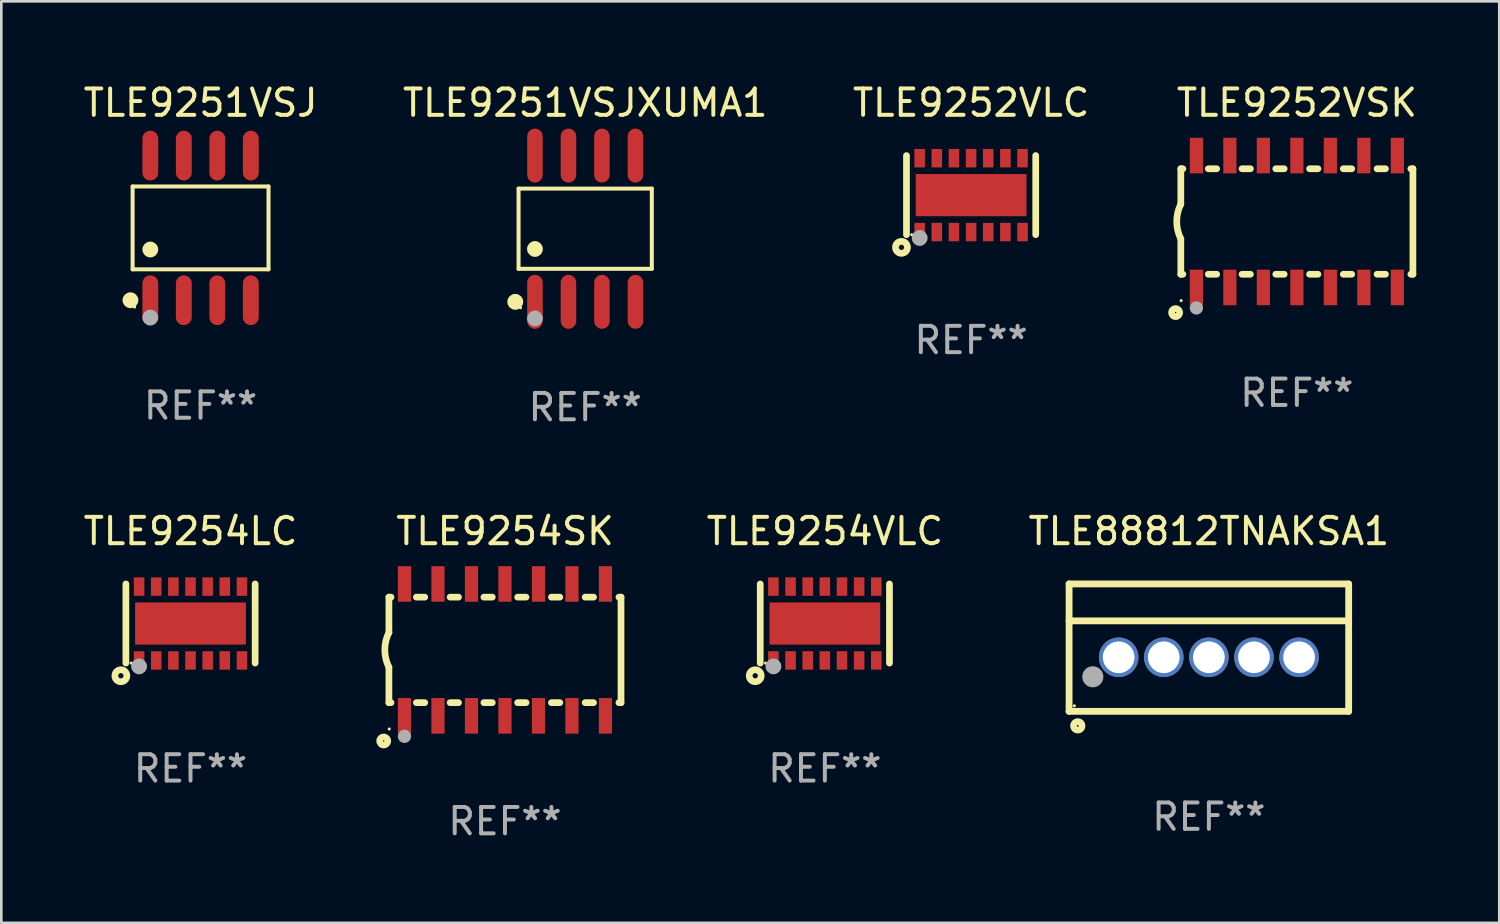
<source format=kicad_pcb>
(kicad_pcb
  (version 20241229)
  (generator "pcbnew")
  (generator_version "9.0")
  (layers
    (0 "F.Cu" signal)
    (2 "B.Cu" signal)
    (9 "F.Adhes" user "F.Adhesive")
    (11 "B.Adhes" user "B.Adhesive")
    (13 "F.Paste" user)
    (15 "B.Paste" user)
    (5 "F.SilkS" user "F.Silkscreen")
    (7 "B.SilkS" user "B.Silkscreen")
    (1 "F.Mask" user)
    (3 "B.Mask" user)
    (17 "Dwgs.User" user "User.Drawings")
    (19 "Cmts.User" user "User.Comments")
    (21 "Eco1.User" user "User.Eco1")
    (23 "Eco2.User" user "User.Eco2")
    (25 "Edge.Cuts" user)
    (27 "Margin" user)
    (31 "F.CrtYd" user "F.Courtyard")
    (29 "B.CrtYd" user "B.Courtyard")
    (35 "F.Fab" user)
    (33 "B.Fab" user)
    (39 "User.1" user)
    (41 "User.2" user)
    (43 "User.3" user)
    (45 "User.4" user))
  (footprint "TLE9254SK"
    (layer "F.Cu")
    (at 16.095 21.59)
    (property "Reference" "TLE9254SK" (at 0 -4.5 0) (layer "F.SilkS") (effects (font (size 1 1) (thickness 0.15))))
    (attr through_hole)
    (fp_line (start -4.4 -2) (end -4.4 -0.66) (stroke (width 0.254) (type solid)) (layer "F.SilkS"))
    (fp_line (start -4.4 -2) (end -4.321 -2) (stroke (width 0.254) (type solid)) (layer "F.SilkS"))
    (fp_line (start -4.4 2) (end -4.4 0.66) (stroke (width 0.254) (type solid)) (layer "F.SilkS"))
    (fp_line (start -4.4 2) (end -4.321 2) (stroke (width 0.254) (type solid)) (layer "F.SilkS"))
    (fp_line (start -3.359 -2) (end -3.041 -2) (stroke (width 0.254) (type solid)) (layer "F.SilkS"))
    (fp_line (start -3.359 2) (end -3.041 2) (stroke (width 0.254) (type solid)) (layer "F.SilkS"))
    (fp_line (start -2.079 -2) (end -1.761 -2) (stroke (width 0.254) (type solid)) (layer "F.SilkS"))
    (fp_line (start -2.079 2) (end -1.761 2) (stroke (width 0.254) (type solid)) (layer "F.SilkS"))
    (fp_line (start -0.799 -2) (end -0.481 -2) (stroke (width 0.254) (type solid)) (layer "F.SilkS"))
    (fp_line (start -0.799 2) (end -0.481 2) (stroke (width 0.254) (type solid)) (layer "F.SilkS"))
    (fp_line (start 0.481 -2) (end 0.799 -2) (stroke (width 0.254) (type solid)) (layer "F.SilkS"))
    (fp_line (start 0.481 2) (end 0.799 2) (stroke (width 0.254) (type solid)) (layer "F.SilkS"))
    (fp_line (start 1.761 -2) (end 2.079 -2) (stroke (width 0.254) (type solid)) (layer "F.SilkS"))
    (fp_line (start 1.761 2) (end 2.079 2) (stroke (width 0.254) (type solid)) (layer "F.SilkS"))
    (fp_line (start 3.041 -2) (end 3.359 -2) (stroke (width 0.254) (type solid)) (layer "F.SilkS"))
    (fp_line (start 3.041 2) (end 3.359 2) (stroke (width 0.254) (type solid)) (layer "F.SilkS"))
    (fp_line (start 4.321 -2) (end 4.4 -2) (stroke (width 0.254) (type solid)) (layer "F.SilkS"))
    (fp_line (start 4.321 2) (end 4.4 2) (stroke (width 0.254) (type solid)) (layer "F.SilkS"))
    (fp_line (start 4.4 2) (end 4.4 -2) (stroke (width 0.254) (type solid)) (layer "F.SilkS"))
    (fp_arc (start -4.399314 0.660274) (mid -4.555404 0.000172) (end -4.400025 -0.660097) (stroke (width 0.254001) (type solid)) (layer "F.SilkS"))
    (fp_circle (center -4.597 3.454) (end -4.572 3.454) (stroke (width 0.254) (type solid)) (fill no) (layer "F.SilkS"))
    (fp_circle (center -4.387 2.999) (end -4.357 2.999) (stroke (width 0.06) (type solid)) (fill no) (layer "F.SilkS"))
    (fp_circle (center -3.81 3.277) (end -3.683 3.277) (stroke (width 0.254) (type solid)) (fill no) (layer "F.Fab"))
    (fp_text user "REF**" (at 0 6.5 0) (layer "F.Fab") (effects (font (size 1 1) (thickness 0.15))))
    (pad "1" smd rect (at -3.81 2.5 90) (size 1.35 0.5) (layers "F.Cu" "F.Mask" "F.Paste"))
    (pad "2" smd rect (at -2.54 2.5 90) (size 1.35 0.5) (layers "F.Cu" "F.Mask" "F.Paste"))
    (pad "3" smd rect (at -1.27 2.5 90) (size 1.35 0.5) (layers "F.Cu" "F.Mask" "F.Paste"))
    (pad "4" smd rect (at -0.000025 2.5 90) (size 1.35 0.5) (layers "F.Cu" "F.Mask" "F.Paste"))
    (pad "5" smd rect (at 1.27 2.5 90) (size 1.35 0.5) (layers "F.Cu" "F.Mask" "F.Paste"))
    (pad "6" smd rect (at 2.54 2.5 90) (size 1.35 0.5) (layers "F.Cu" "F.Mask" "F.Paste"))
    (pad "7" smd rect (at 3.81 2.5 90) (size 1.35 0.5) (layers "F.Cu" "F.Mask" "F.Paste"))
    (pad "8" smd rect (at 3.81 -2.5 90) (size 1.35 0.5) (layers "F.Cu" "F.Mask" "F.Paste"))
    (pad "9" smd rect (at 2.54 -2.5 90) (size 1.35 0.5) (layers "F.Cu" "F.Mask" "F.Paste"))
    (pad "10" smd rect (at 1.27 -2.5 90) (size 1.35 0.5) (layers "F.Cu" "F.Mask" "F.Paste"))
    (pad "11" smd rect (at -0.000025 -2.5 90) (size 1.35 0.5) (layers "F.Cu" "F.Mask" "F.Paste"))
    (pad "12" smd rect (at -1.27 -2.5 90) (size 1.35 0.5) (layers "F.Cu" "F.Mask" "F.Paste"))
    (pad "13" smd rect (at -2.54 -2.5 90) (size 1.35 0.5) (layers "F.Cu" "F.Mask" "F.Paste"))
    (pad "14" smd rect (at -3.81 -2.5 90) (size 1.35 0.5) (layers "F.Cu" "F.Mask" "F.Paste")))
  (footprint "TLE9252VSK"
    (layer "F.Cu")
    (at 46.119 5.348)
    (property "Reference" "TLE9252VSK" (at 0 -4.5 0) (layer "F.SilkS") (effects (font (size 1 1) (thickness 0.15))))
    (attr through_hole)
    (fp_line (start -4.4 -2) (end -4.4 -0.66) (stroke (width 0.254) (type solid)) (layer "F.SilkS"))
    (fp_line (start -4.4 -2) (end -4.321 -2) (stroke (width 0.254) (type solid)) (layer "F.SilkS"))
    (fp_line (start -4.4 2) (end -4.4 0.66) (stroke (width 0.254) (type solid)) (layer "F.SilkS"))
    (fp_line (start -4.4 2) (end -4.321 2) (stroke (width 0.254) (type solid)) (layer "F.SilkS"))
    (fp_line (start -3.359 -2) (end -3.041 -2) (stroke (width 0.254) (type solid)) (layer "F.SilkS"))
    (fp_line (start -3.359 2) (end -3.041 2) (stroke (width 0.254) (type solid)) (layer "F.SilkS"))
    (fp_line (start -2.079 -2) (end -1.761 -2) (stroke (width 0.254) (type solid)) (layer "F.SilkS"))
    (fp_line (start -2.079 2) (end -1.761 2) (stroke (width 0.254) (type solid)) (layer "F.SilkS"))
    (fp_line (start -0.799 -2) (end -0.481 -2) (stroke (width 0.254) (type solid)) (layer "F.SilkS"))
    (fp_line (start -0.799 2) (end -0.481 2) (stroke (width 0.254) (type solid)) (layer "F.SilkS"))
    (fp_line (start 0.481 -2) (end 0.799 -2) (stroke (width 0.254) (type solid)) (layer "F.SilkS"))
    (fp_line (start 0.481 2) (end 0.799 2) (stroke (width 0.254) (type solid)) (layer "F.SilkS"))
    (fp_line (start 1.761 -2) (end 2.079 -2) (stroke (width 0.254) (type solid)) (layer "F.SilkS"))
    (fp_line (start 1.761 2) (end 2.079 2) (stroke (width 0.254) (type solid)) (layer "F.SilkS"))
    (fp_line (start 3.041 -2) (end 3.359 -2) (stroke (width 0.254) (type solid)) (layer "F.SilkS"))
    (fp_line (start 3.041 2) (end 3.359 2) (stroke (width 0.254) (type solid)) (layer "F.SilkS"))
    (fp_line (start 4.321 -2) (end 4.4 -2) (stroke (width 0.254) (type solid)) (layer "F.SilkS"))
    (fp_line (start 4.321 2) (end 4.4 2) (stroke (width 0.254) (type solid)) (layer "F.SilkS"))
    (fp_line (start 4.4 2) (end 4.4 -2) (stroke (width 0.254) (type solid)) (layer "F.SilkS"))
    (fp_arc (start -4.399314 0.660274) (mid -4.555404 0.000172) (end -4.400025 -0.660097) (stroke (width 0.254001) (type solid)) (layer "F.SilkS"))
    (fp_circle (center -4.597 3.454) (end -4.572 3.454) (stroke (width 0.254) (type solid)) (fill no) (layer "F.SilkS"))
    (fp_circle (center -4.387 2.999) (end -4.357 2.999) (stroke (width 0.06) (type solid)) (fill no) (layer "F.SilkS"))
    (fp_circle (center -3.81 3.277) (end -3.683 3.277) (stroke (width 0.254) (type solid)) (fill no) (layer "F.Fab"))
    (fp_text user "REF**" (at 0 6.5 0) (layer "F.Fab") (effects (font (size 1 1) (thickness 0.15))))
    (pad "1" smd rect (at -3.81 2.5 90) (size 1.35 0.5) (layers "F.Cu" "F.Mask" "F.Paste"))
    (pad "2" smd rect (at -2.54 2.5 90) (size 1.35 0.5) (layers "F.Cu" "F.Mask" "F.Paste"))
    (pad "3" smd rect (at -1.27 2.5 90) (size 1.35 0.5) (layers "F.Cu" "F.Mask" "F.Paste"))
    (pad "4" smd rect (at -0.000025 2.5 90) (size 1.35 0.5) (layers "F.Cu" "F.Mask" "F.Paste"))
    (pad "5" smd rect (at 1.27 2.5 90) (size 1.35 0.5) (layers "F.Cu" "F.Mask" "F.Paste"))
    (pad "6" smd rect (at 2.54 2.5 90) (size 1.35 0.5) (layers "F.Cu" "F.Mask" "F.Paste"))
    (pad "7" smd rect (at 3.81 2.5 90) (size 1.35 0.5) (layers "F.Cu" "F.Mask" "F.Paste"))
    (pad "8" smd rect (at 3.81 -2.5 90) (size 1.35 0.5) (layers "F.Cu" "F.Mask" "F.Paste"))
    (pad "9" smd rect (at 2.54 -2.5 90) (size 1.35 0.5) (layers "F.Cu" "F.Mask" "F.Paste"))
    (pad "10" smd rect (at 1.27 -2.5 90) (size 1.35 0.5) (layers "F.Cu" "F.Mask" "F.Paste"))
    (pad "11" smd rect (at -0.000025 -2.5 90) (size 1.35 0.5) (layers "F.Cu" "F.Mask" "F.Paste"))
    (pad "12" smd rect (at -1.27 -2.5 90) (size 1.35 0.5) (layers "F.Cu" "F.Mask" "F.Paste"))
    (pad "13" smd rect (at -2.54 -2.5 90) (size 1.35 0.5) (layers "F.Cu" "F.Mask" "F.Paste"))
    (pad "14" smd rect (at -3.81 -2.5 90) (size 1.35 0.5) (layers "F.Cu" "F.Mask" "F.Paste")))
  (footprint "TLE88812TNAKSA1"
    (layer "F.Cu")
    (at 42.783 21.505)
    (property "Reference" "TLE88812TNAKSA1" (at 0 -4.415 0) (layer "F.SilkS") (effects (font (size 1 1) (thickness 0.15))))
    (attr through_hole)
    (fp_line (start -5.3 -2.415) (end -5.3 2.415) (stroke (width 0.258) (type solid)) (layer "F.SilkS"))
    (fp_line (start -5.3 2.415) (end 5.3 2.415) (stroke (width 0.258) (type solid)) (layer "F.SilkS"))
    (fp_line (start 5.3 -2.415) (end -5.3 -2.415) (stroke (width 0.258) (type solid)) (layer "F.SilkS"))
    (fp_line (start 5.3 -1.015) (end -5.3 -1.015) (stroke (width 0.258) (type solid)) (layer "F.SilkS"))
    (fp_line (start 5.3 2.415) (end 5.3 -2.415) (stroke (width 0.258) (type solid)) (layer "F.SilkS"))
    (fp_circle (center -5.1 2.205) (end -5.07 2.205) (stroke (width 0.06) (type solid)) (fill no) (layer "F.SilkS"))
    (fp_circle (center -4.97 2.965) (end -4.81 2.965) (stroke (width 0.254) (type solid)) (fill no) (layer "F.SilkS"))
    (fp_circle (center -4.4 1.105) (end -4.2 1.105) (stroke (width 0.4) (type solid)) (fill no) (layer "F.Fab"))
    (fp_text user "REF**" (at 0 6.415 0) (layer "F.Fab") (effects (font (size 1 1) (thickness 0.15))))
    (pad "1" thru_hole circle (at -3.42 0.365) (size 1.5 1.5) (drill 1.2) (layers "*.Cu" "*.Mask"))
    (pad "2" thru_hole circle (at -1.71 0.365) (size 1.5 1.5) (drill 1.2) (layers "*.Cu" "*.Mask"))
    (pad "3" thru_hole circle (at 0 0.365) (size 1.5 1.5) (drill 1.2) (layers "*.Cu" "*.Mask"))
    (pad "4" thru_hole circle (at 1.71 0.365) (size 1.5 1.5) (drill 1.2) (layers "*.Cu" "*.Mask"))
    (pad "5" thru_hole circle (at 3.42 0.365) (size 1.5 1.5) (drill 1.2) (layers "*.Cu" "*.Mask")))
  (footprint "TLE9254LC"
    (layer "F.Cu")
    (at 4.173 20.59)
    (property "Reference" "TLE9254LC" (at 0 -3.5 0) (layer "F.SilkS") (effects (font (size 1 1) (thickness 0.15))))
    (attr through_hole)
    (fp_line (start -2.45 1.5) (end -2.45 -1.5) (stroke (width 0.254) (type solid)) (layer "F.SilkS"))
    (fp_line (start 2.45 1.5) (end 2.45 -1.5) (stroke (width 0.254) (type solid)) (layer "F.SilkS"))
    (fp_circle (center -2.64 1.98) (end -2.54 1.98) (stroke (width 0.254) (type solid)) (fill no) (layer "F.SilkS"))
    (fp_circle (center -2.25 1.5) (end -2.22 1.5) (stroke (width 0.06) (type solid)) (fill no) (layer "F.SilkS"))
    (fp_circle (center -1.95 1.625) (end -1.8 1.625) (stroke (width 0.3) (type solid)) (fill no) (layer "F.Fab"))
    (fp_text user "REF**" (at 0 5.5 0) (layer "F.Fab") (effects (font (size 1 1) (thickness 0.15))))
    (pad "1" smd rect (at -1.95 1.4 180) (size 0.4 0.7) (layers "F.Cu" "F.Mask" "F.Paste"))
    (pad "2" smd rect (at -1.3 1.4 180) (size 0.4 0.7) (layers "F.Cu" "F.Mask" "F.Paste"))
    (pad "3" smd rect (at -0.65 1.4 180) (size 0.4 0.7) (layers "F.Cu" "F.Mask" "F.Paste"))
    (pad "4" smd rect (at -0.000038 1.4 180) (size 0.4 0.7) (layers "F.Cu" "F.Mask" "F.Paste"))
    (pad "5" smd rect (at 0.65 1.4 180) (size 0.4 0.7) (layers "F.Cu" "F.Mask" "F.Paste"))
    (pad "6" smd rect (at 1.3 1.4 180) (size 0.4 0.7) (layers "F.Cu" "F.Mask" "F.Paste"))
    (pad "7" smd rect (at 1.95 1.4 180) (size 0.4 0.7) (layers "F.Cu" "F.Mask" "F.Paste"))
    (pad "8" smd rect (at 1.95 -1.4 180) (size 0.4 0.7) (layers "F.Cu" "F.Mask" "F.Paste"))
    (pad "9" smd rect (at 1.3 -1.4 180) (size 0.4 0.7) (layers "F.Cu" "F.Mask" "F.Paste"))
    (pad "10" smd rect (at 0.65 -1.4 180) (size 0.4 0.7) (layers "F.Cu" "F.Mask" "F.Paste"))
    (pad "11" smd rect (at -0.000038 -1.4 180) (size 0.4 0.7) (layers "F.Cu" "F.Mask" "F.Paste"))
    (pad "12" smd rect (at -0.65 -1.4 180) (size 0.4 0.7) (layers "F.Cu" "F.Mask" "F.Paste"))
    (pad "13" smd rect (at -1.3 -1.4 180) (size 0.4 0.7) (layers "F.Cu" "F.Mask" "F.Paste"))
    (pad "14" smd rect (at -1.95 -1.4 180) (size 0.4 0.7) (layers "F.Cu" "F.Mask" "F.Paste"))
    (pad "15" smd rect (at -0.000038 0.000038 270) (size 1.6 4.2) (layers "F.Cu" "F.Mask" "F.Paste")))
  (footprint "TLE9254VLC"
    (layer "F.Cu")
    (at 28.223 20.59)
    (property "Reference" "TLE9254VLC" (at 0 -3.5 0) (layer "F.SilkS") (effects (font (size 1 1) (thickness 0.15))))
    (attr through_hole)
    (fp_line (start -2.45 1.5) (end -2.45 -1.5) (stroke (width 0.254) (type solid)) (layer "F.SilkS"))
    (fp_line (start 2.45 1.5) (end 2.45 -1.5) (stroke (width 0.254) (type solid)) (layer "F.SilkS"))
    (fp_circle (center -2.64 1.98) (end -2.54 1.98) (stroke (width 0.254) (type solid)) (fill no) (layer "F.SilkS"))
    (fp_circle (center -2.25 1.5) (end -2.22 1.5) (stroke (width 0.06) (type solid)) (fill no) (layer "F.SilkS"))
    (fp_circle (center -1.95 1.625) (end -1.8 1.625) (stroke (width 0.3) (type solid)) (fill no) (layer "F.Fab"))
    (fp_text user "REF**" (at 0 5.5 0) (layer "F.Fab") (effects (font (size 1 1) (thickness 0.15))))
    (pad "1" smd rect (at -1.95 1.4 180) (size 0.4 0.7) (layers "F.Cu" "F.Mask" "F.Paste"))
    (pad "2" smd rect (at -1.3 1.4 180) (size 0.4 0.7) (layers "F.Cu" "F.Mask" "F.Paste"))
    (pad "3" smd rect (at -0.65 1.4 180) (size 0.4 0.7) (layers "F.Cu" "F.Mask" "F.Paste"))
    (pad "4" smd rect (at -0.000038 1.4 180) (size 0.4 0.7) (layers "F.Cu" "F.Mask" "F.Paste"))
    (pad "5" smd rect (at 0.65 1.4 180) (size 0.4 0.7) (layers "F.Cu" "F.Mask" "F.Paste"))
    (pad "6" smd rect (at 1.3 1.4 180) (size 0.4 0.7) (layers "F.Cu" "F.Mask" "F.Paste"))
    (pad "7" smd rect (at 1.95 1.4 180) (size 0.4 0.7) (layers "F.Cu" "F.Mask" "F.Paste"))
    (pad "8" smd rect (at 1.95 -1.4 180) (size 0.4 0.7) (layers "F.Cu" "F.Mask" "F.Paste"))
    (pad "9" smd rect (at 1.3 -1.4 180) (size 0.4 0.7) (layers "F.Cu" "F.Mask" "F.Paste"))
    (pad "10" smd rect (at 0.65 -1.4 180) (size 0.4 0.7) (layers "F.Cu" "F.Mask" "F.Paste"))
    (pad "11" smd rect (at -0.000038 -1.4 180) (size 0.4 0.7) (layers "F.Cu" "F.Mask" "F.Paste"))
    (pad "12" smd rect (at -0.65 -1.4 180) (size 0.4 0.7) (layers "F.Cu" "F.Mask" "F.Paste"))
    (pad "13" smd rect (at -1.3 -1.4 180) (size 0.4 0.7) (layers "F.Cu" "F.Mask" "F.Paste"))
    (pad "14" smd rect (at -1.95 -1.4 180) (size 0.4 0.7) (layers "F.Cu" "F.Mask" "F.Paste"))
    (pad "15" smd rect (at -0.000038 0.000038 270) (size 1.6 4.2) (layers "F.Cu" "F.Mask" "F.Paste")))
  (footprint "TLE9251VSJ"
    (layer "F.Cu")
    (at 4.554 5.591)
    (property "Reference" "TLE9251VSJ" (at 0 -4.742 0) (layer "F.SilkS") (effects (font (size 1 1) (thickness 0.15))))
    (attr through_hole)
    (fp_line (start -2.576 -1.571) (end 2.576 -1.571) (stroke (width 0.152) (type solid)) (layer "F.SilkS"))
    (fp_line (start -2.576 1.571) (end -2.576 -1.571) (stroke (width 0.152) (type solid)) (layer "F.SilkS"))
    (fp_line (start 2.576 -1.571) (end 2.576 1.571) (stroke (width 0.152) (type solid)) (layer "F.SilkS"))
    (fp_line (start 2.576 1.571) (end -2.576 1.571) (stroke (width 0.152) (type solid)) (layer "F.SilkS"))
    (fp_circle (center -2.658 2.742) (end -2.508 2.742) (stroke (width 0.3) (type solid)) (fill no) (layer "F.SilkS"))
    (fp_circle (center -2.5 3) (end -2.47 3) (stroke (width 0.06) (type solid)) (fill no) (layer "F.SilkS"))
    (fp_circle (center -1.905 0.819) (end -1.755 0.819) (stroke (width 0.3) (type solid)) (fill no) (layer "F.SilkS"))
    (fp_circle (center -1.905 3.4) (end -1.755 3.4) (stroke (width 0.3) (type solid)) (fill no) (layer "F.Fab"))
    (fp_text user "REF**" (at 0 6.742 0) (layer "F.Fab") (effects (font (size 1 1) (thickness 0.15))))
    (pad "1" smd oval (at -1.905 2.742) (size 0.602 1.885) (layers "F.Cu" "F.Mask" "F.Paste"))
    (pad "2" smd oval (at -0.635 2.742) (size 0.602 1.885) (layers "F.Cu" "F.Mask" "F.Paste"))
    (pad "3" smd oval (at 0.635 2.742) (size 0.602 1.885) (layers "F.Cu" "F.Mask" "F.Paste"))
    (pad "4" smd oval (at 1.905 2.742) (size 0.602 1.885) (layers "F.Cu" "F.Mask" "F.Paste"))
    (pad "5" smd oval (at 1.905 -2.742) (size 0.602 1.885) (layers "F.Cu" "F.Mask" "F.Paste"))
    (pad "6" smd oval (at 0.635 -2.742) (size 0.602 1.885) (layers "F.Cu" "F.Mask" "F.Paste"))
    (pad "7" smd oval (at -0.635 -2.742) (size 0.602 1.885) (layers "F.Cu" "F.Mask" "F.Paste"))
    (pad "8" smd oval (at -1.905 -2.742) (size 0.602 1.885) (layers "F.Cu" "F.Mask" "F.Paste")))
  (footprint "TLE9252VLC"
    (layer "F.Cu")
    (at 33.768 4.348)
    (property "Reference" "TLE9252VLC" (at 0 -3.5 0) (layer "F.SilkS") (effects (font (size 1 1) (thickness 0.15))))
    (attr through_hole)
    (fp_line (start -2.45 1.5) (end -2.45 -1.5) (stroke (width 0.254) (type solid)) (layer "F.SilkS"))
    (fp_line (start 2.45 1.5) (end 2.45 -1.5) (stroke (width 0.254) (type solid)) (layer "F.SilkS"))
    (fp_circle (center -2.64 1.98) (end -2.54 1.98) (stroke (width 0.254) (type solid)) (fill no) (layer "F.SilkS"))
    (fp_circle (center -2.25 1.5) (end -2.22 1.5) (stroke (width 0.06) (type solid)) (fill no) (layer "F.SilkS"))
    (fp_circle (center -1.95 1.625) (end -1.8 1.625) (stroke (width 0.3) (type solid)) (fill no) (layer "F.Fab"))
    (fp_text user "REF**" (at 0 5.5 0) (layer "F.Fab") (effects (font (size 1 1) (thickness 0.15))))
    (pad "1" smd rect (at -1.95 1.4 180) (size 0.4 0.7) (layers "F.Cu" "F.Mask" "F.Paste"))
    (pad "2" smd rect (at -1.3 1.4 180) (size 0.4 0.7) (layers "F.Cu" "F.Mask" "F.Paste"))
    (pad "3" smd rect (at -0.65 1.4 180) (size 0.4 0.7) (layers "F.Cu" "F.Mask" "F.Paste"))
    (pad "4" smd rect (at -0.000038 1.4 180) (size 0.4 0.7) (layers "F.Cu" "F.Mask" "F.Paste"))
    (pad "5" smd rect (at 0.65 1.4 180) (size 0.4 0.7) (layers "F.Cu" "F.Mask" "F.Paste"))
    (pad "6" smd rect (at 1.3 1.4 180) (size 0.4 0.7) (layers "F.Cu" "F.Mask" "F.Paste"))
    (pad "7" smd rect (at 1.95 1.4 180) (size 0.4 0.7) (layers "F.Cu" "F.Mask" "F.Paste"))
    (pad "8" smd rect (at 1.95 -1.4 180) (size 0.4 0.7) (layers "F.Cu" "F.Mask" "F.Paste"))
    (pad "9" smd rect (at 1.3 -1.4 180) (size 0.4 0.7) (layers "F.Cu" "F.Mask" "F.Paste"))
    (pad "10" smd rect (at 0.65 -1.4 180) (size 0.4 0.7) (layers "F.Cu" "F.Mask" "F.Paste"))
    (pad "11" smd rect (at -0.000038 -1.4 180) (size 0.4 0.7) (layers "F.Cu" "F.Mask" "F.Paste"))
    (pad "12" smd rect (at -0.65 -1.4 180) (size 0.4 0.7) (layers "F.Cu" "F.Mask" "F.Paste"))
    (pad "13" smd rect (at -1.3 -1.4 180) (size 0.4 0.7) (layers "F.Cu" "F.Mask" "F.Paste"))
    (pad "14" smd rect (at -1.95 -1.4 180) (size 0.4 0.7) (layers "F.Cu" "F.Mask" "F.Paste"))
    (pad "15" smd rect (at -0.000038 0.000038 270) (size 1.6 4.2) (layers "F.Cu" "F.Mask" "F.Paste")))
  (footprint "TLE9251VSJXUMA1"
    (layer "F.Cu")
    (at 19.137 5.621)
    (property "Reference" "TLE9251VSJXUMA1" (at 0 -4.772 0) (layer "F.SilkS") (effects (font (size 1 1) (thickness 0.15))))
    (attr through_hole)
    (fp_line (start -2.526 -1.521) (end 2.526 -1.521) (stroke (width 0.152) (type solid)) (layer "F.SilkS"))
    (fp_line (start -2.526 1.521) (end -2.526 -1.521) (stroke (width 0.152) (type solid)) (layer "F.SilkS"))
    (fp_line (start 2.526 -1.521) (end 2.526 1.521) (stroke (width 0.152) (type solid)) (layer "F.SilkS"))
    (fp_line (start 2.526 1.521) (end -2.526 1.521) (stroke (width 0.152) (type solid)) (layer "F.SilkS"))
    (fp_circle (center -2.652 2.772) (end -2.501 2.772) (stroke (width 0.3) (type solid)) (fill no) (layer "F.SilkS"))
    (fp_circle (center -2.45 3) (end -2.42 3) (stroke (width 0.06) (type solid)) (fill no) (layer "F.SilkS"))
    (fp_circle (center -1.905 0.769) (end -1.755 0.769) (stroke (width 0.3) (type solid)) (fill no) (layer "F.SilkS"))
    (fp_circle (center -1.905 3.4) (end -1.755 3.4) (stroke (width 0.3) (type solid)) (fill no) (layer "F.Fab"))
    (fp_text user "REF**" (at 0 6.772 0) (layer "F.Fab") (effects (font (size 1 1) (thickness 0.15))))
    (pad "1" smd oval (at -1.905 2.772) (size 0.588 2.045) (layers "F.Cu" "F.Mask" "F.Paste"))
    (pad "2" smd oval (at -0.635 2.772) (size 0.588 2.045) (layers "F.Cu" "F.Mask" "F.Paste"))
    (pad "3" smd oval (at 0.635 2.772) (size 0.588 2.045) (layers "F.Cu" "F.Mask" "F.Paste"))
    (pad "4" smd oval (at 1.905 2.772) (size 0.588 2.045) (layers "F.Cu" "F.Mask" "F.Paste"))
    (pad "5" smd oval (at 1.905 -2.772) (size 0.588 2.045) (layers "F.Cu" "F.Mask" "F.Paste"))
    (pad "6" smd oval (at 0.635 -2.772) (size 0.588 2.045) (layers "F.Cu" "F.Mask" "F.Paste"))
    (pad "7" smd oval (at -0.635 -2.772) (size 0.588 2.045) (layers "F.Cu" "F.Mask" "F.Paste"))
    (pad "8" smd oval (at -1.905 -2.772) (size 0.588 2.045) (layers "F.Cu" "F.Mask" "F.Paste")))
  (gr_rect
    (start -3 -3)
    (end 53.792 31.938)
    (stroke (width 0.1) (type default))
    (fill no)
    (layer "Edge.Cuts")))
</source>
